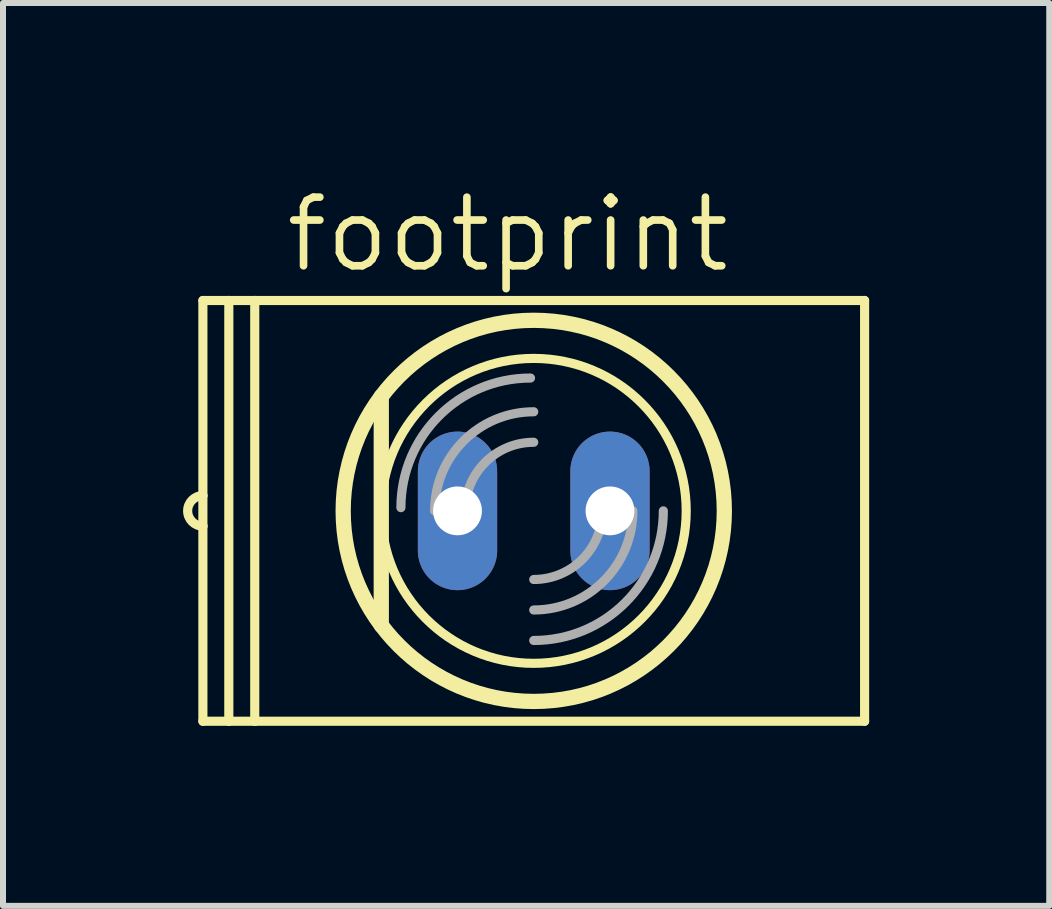
<source format=kicad_pcb>
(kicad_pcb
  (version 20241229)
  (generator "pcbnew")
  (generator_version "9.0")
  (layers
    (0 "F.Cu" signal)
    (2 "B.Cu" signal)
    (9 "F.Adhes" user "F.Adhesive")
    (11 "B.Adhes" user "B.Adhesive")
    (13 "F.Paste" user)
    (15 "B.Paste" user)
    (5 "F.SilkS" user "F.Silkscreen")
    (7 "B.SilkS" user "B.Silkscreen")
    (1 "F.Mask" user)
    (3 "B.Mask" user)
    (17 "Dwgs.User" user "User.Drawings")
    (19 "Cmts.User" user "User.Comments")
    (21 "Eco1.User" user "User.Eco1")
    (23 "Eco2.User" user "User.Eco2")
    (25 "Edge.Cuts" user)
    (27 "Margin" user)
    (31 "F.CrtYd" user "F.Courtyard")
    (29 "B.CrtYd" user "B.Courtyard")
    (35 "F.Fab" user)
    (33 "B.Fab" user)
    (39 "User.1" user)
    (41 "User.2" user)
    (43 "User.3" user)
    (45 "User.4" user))
  (footprint "footprint"
    (layer "F.Cu")
    (at 5.842 5.461)
    (property "Reference" "footprint" (at -4.191 -3.937 0) (layer "F.SilkS") (effects (font (size 1.143 1.143) (thickness 0.127)) (justify left bottom)))
    (fp_line (start -5.512 -0.254) (end -5.512 -3.505) (stroke (width 0.152) (type solid)) (layer "F.SilkS"))
    (fp_line (start -5.512 0.254) (end -5.512 -0.254) (stroke (width 0.152) (type solid)) (layer "F.SilkS"))
    (fp_line (start -5.512 3.505) (end -5.512 0.254) (stroke (width 0.152) (type solid)) (layer "F.SilkS"))
    (fp_line (start -5.08 -3.505) (end -5.512 -3.505) (stroke (width 0.152) (type solid)) (layer "F.SilkS"))
    (fp_line (start -5.08 -3.505) (end -4.648 -3.505) (stroke (width 0.152) (type solid)) (layer "F.SilkS"))
    (fp_line (start -5.08 3.505) (end -5.512 3.505) (stroke (width 0.152) (type solid)) (layer "F.SilkS"))
    (fp_line (start -5.08 3.505) (end -5.08 -3.505) (stroke (width 0.152) (type solid)) (layer "F.SilkS"))
    (fp_line (start -4.648 -3.505) (end -4.648 3.505) (stroke (width 0.152) (type solid)) (layer "F.SilkS"))
    (fp_line (start -4.648 -3.505) (end 5.512 -3.505) (stroke (width 0.152) (type solid)) (layer "F.SilkS"))
    (fp_line (start -4.648 3.505) (end -5.08 3.505) (stroke (width 0.152) (type solid)) (layer "F.SilkS"))
    (fp_line (start -2.54 -1.905) (end -2.54 1.905) (stroke (width 0.254) (type solid)) (layer "F.SilkS"))
    (fp_line (start 5.512 -3.505) (end 5.512 3.505) (stroke (width 0.152) (type solid)) (layer "F.SilkS"))
    (fp_line (start 5.512 3.505) (end -4.648 3.505) (stroke (width 0.152) (type solid)) (layer "F.SilkS"))
    (fp_arc (start -5.5118 0.254) (mid -5.7658 0) (end -5.5118 -0.254) (stroke (width 0.1524) (type solid)) (layer "F.SilkS"))
    (fp_circle (center 0 0) (end 2.54 0) (stroke (width 0.152) (type solid)) (fill no) (layer "F.SilkS"))
    (fp_circle (center 0 0) (end 3.175 0) (stroke (width 0.254) (type solid)) (fill no) (layer "F.SilkS"))
    (fp_arc (start -2.2129 -0.0539) (mid -1.580601 -1.580603) (end -0.053898 -2.2129) (stroke (width 0.1524) (type solid)) (layer "F.Fab"))
    (fp_arc (start -1.651 0) (mid -1.167433 -1.167433) (end 0 -1.651) (stroke (width 0.1524) (type solid)) (layer "F.Fab"))
    (fp_arc (start -1.143 0) (mid -0.808223 -0.808223) (end 0 -1.143) (stroke (width 0.1524) (type solid)) (layer "F.Fab"))
    (fp_arc (start 1.143 0) (mid 0.808223 0.808223) (end 0 1.143) (stroke (width 0.1524) (type solid)) (layer "F.Fab"))
    (fp_arc (start 1.651 0) (mid 1.167433 1.167433) (end 0 1.651) (stroke (width 0.1524) (type solid)) (layer "F.Fab"))
    (fp_arc (start 2.159 0) (mid 1.526644 1.526644) (end 0 2.159) (stroke (width 0.1524) (type solid)) (layer "F.Fab"))
    (pad "A" thru_hole oval (at 1.27 0 90) (size 2.642 1.321) (drill 0.813) (layers "*.Cu" "*.Mask"))
    (pad "K" thru_hole oval (at -1.27 0 90) (size 2.642 1.321) (drill 0.813) (layers "*.Cu" "*.Mask")))
  (gr_rect
    (start -3 -3)
    (end 14.43 12.042)
    (stroke (width 0.1) (type default))
    (fill no)
    (layer "Edge.Cuts")))
</source>
